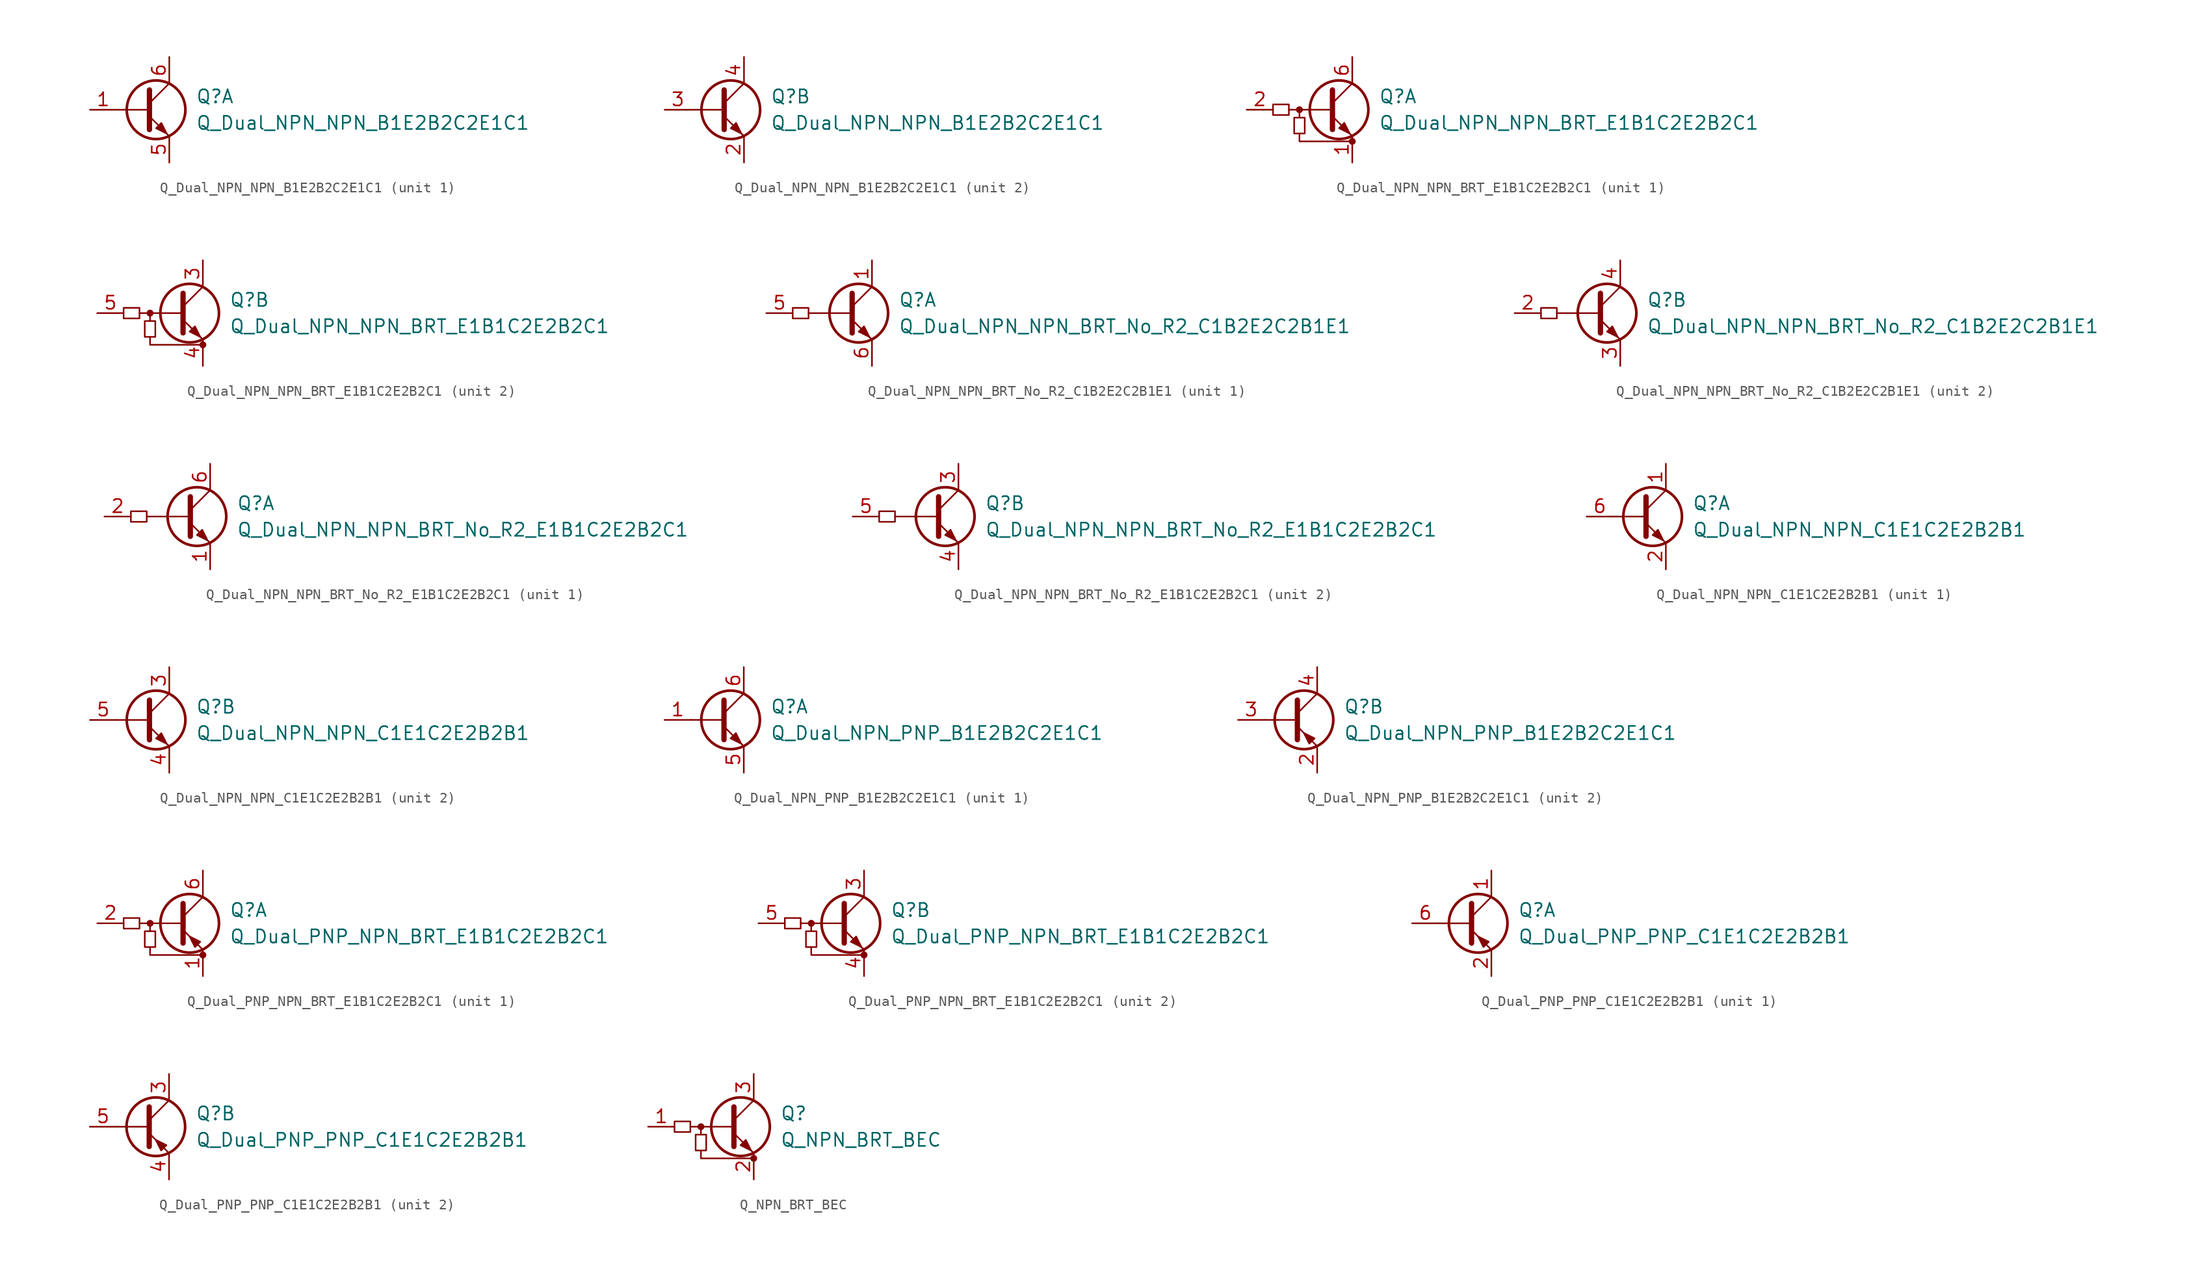
<source format=kicad_sym>
(kicad_symbol_lib
  (version 20241209)
  (generator "kicad_symbol_editor")
  (generator_version "9.0")
  (symbol "Q_Dual_NPN_NPN_B1E2B2C2E1C1"
    (pin_names
      (offset 0)
      (hide yes))
    (property "Reference" "Q"
      (at 5.08 1.27 0)
      (effects (font (size 1.27 1.27)) (justify left)))
    (property "Value" "Q_Dual_NPN_NPN_B1E2B2C2E1C1"
      (at 5.08 -1.27 0)
      (effects (font (size 1.27 1.27)) (justify left)))
    (property "ki_locked" ""
      (at 0 0 0)
      (effects (font (size 1.27 1.27))))
    (symbol "Q_Dual_NPN_NPN_B1E2B2C2E1C1_0_1"
      (polyline (pts (xy 0.635 1.905) (xy 0.635 -1.905)) (stroke (width 0.508) (type default)) (fill (type none)))
      (polyline (pts (xy 0.635 0.635) (xy 2.54 2.54)) (stroke (width 0) (type default)) (fill (type none)))
      (polyline (pts (xy 0.635 0) (xy -2.54 0)) (stroke (width 0) (type default)) (fill (type none)))
      (polyline (pts (xy 0.635 -0.635) (xy 2.54 -2.54)) (stroke (width 0) (type default)) (fill (type none)))
      (circle (center 1.27 0) (radius 2.819) (stroke (width 0.254) (type default)) (fill (type none)))
      (polyline (pts (xy 1.27 -1.778) (xy 1.778 -1.27) (xy 2.286 -2.286) (xy 1.27 -1.778)) (stroke (width 0) (type default)) (fill (type outline))))
    (symbol "Q_Dual_NPN_NPN_B1E2B2C2E1C1_1_1"
      (pin input line (at -5.08 0 0) (length 2.54) (name "B1" (effects (font (size 1.27 1.27)))) (number "1" (effects (font (size 1.27 1.27)))))
      (pin passive line (at 2.54 5.08 270) (length 2.54) (name "C1" (effects (font (size 1.27 1.27)))) (number "6" (effects (font (size 1.27 1.27)))))
      (pin passive line (at 2.54 -5.08 90) (length 2.54) (name "E1" (effects (font (size 1.27 1.27)))) (number "5" (effects (font (size 1.27 1.27))))))
    (symbol "Q_Dual_NPN_NPN_B1E2B2C2E1C1_2_1"
      (pin input line (at -5.08 0 0) (length 2.54) (name "B2" (effects (font (size 1.27 1.27)))) (number "3" (effects (font (size 1.27 1.27)))))
      (pin passive line (at 2.54 5.08 270) (length 2.54) (name "C2" (effects (font (size 1.27 1.27)))) (number "4" (effects (font (size 1.27 1.27)))))
      (pin passive line (at 2.54 -5.08 90) (length 2.54) (name "E2" (effects (font (size 1.27 1.27)))) (number "2" (effects (font (size 1.27 1.27)))))))
  (symbol "Q_Dual_NPN_NPN_BRT_E1B1C2E2B2C1"
    (pin_names
      (hide yes))
    (property "Reference" "Q"
      (at 3.81 1.27 0)
      (effects (font (size 1.27 1.27)) (justify left)))
    (property "Value" "Q_Dual_NPN_NPN_BRT_E1B1C2E2B2C1"
      (at 3.81 -1.27 0)
      (effects (font (size 1.27 1.27)) (justify left)))
    (symbol "Q_Dual_NPN_NPN_BRT_E1B1C2E2B2C1_0_1"
      (rectangle (start -6.35 0.508) (end -4.826 -0.508) (stroke (width 0) (type default)) (fill (type none)))
      (rectangle (start -4.318 -2.286) (end -3.302 -0.762) (stroke (width 0) (type default)) (fill (type none)))
      (circle (center -3.81 0) (radius 0.254) (stroke (width 0) (type default)) (fill (type outline)))
      (polyline (pts (xy -3.81 -0.762) (xy -3.81 0)) (stroke (width 0) (type default)) (fill (type none)))
      (polyline (pts (xy -3.81 -2.286) (xy -3.81 -3.048) (xy 1.27 -3.048)) (stroke (width 0) (type default)) (fill (type none)))
      (polyline (pts (xy -0.762 0) (xy -4.826 0)) (stroke (width 0) (type default)) (fill (type none)))
      (polyline (pts (xy -0.635 1.905) (xy -0.635 -1.905)) (stroke (width 0.508) (type default)) (fill (type none)))
      (polyline (pts (xy -0.635 0.635) (xy 1.27 2.54)) (stroke (width 0) (type default)) (fill (type none)))
      (polyline (pts (xy -0.635 -0.635) (xy 1.27 -2.54)) (stroke (width 0) (type default)) (fill (type none)))
      (polyline (pts (xy 0 -1.778) (xy 0.508 -1.27) (xy 1.016 -2.286) (xy 0 -1.778)) (stroke (width 0) (type default)) (fill (type outline)))
      (circle (center 1.27 -3.048) (radius 0.254) (stroke (width 0) (type default)) (fill (type outline))))
    (symbol "Q_Dual_NPN_NPN_BRT_E1B1C2E2B2C1_1_1"
      (circle (center 0 0) (radius 2.819) (stroke (width 0.254) (type default)) (fill (type none)))
      (pin input line (at -8.89 0 0) (length 2.54) (name "B1" (effects (font (size 1.27 1.27)))) (number "2" (effects (font (size 1.27 1.27)))))
      (pin passive line (at 1.27 5.08 270) (length 2.54) (name "C1" (effects (font (size 1.27 1.27)))) (number "6" (effects (font (size 1.27 1.27)))))
      (pin passive line (at 1.27 -5.08 90) (length 2.54) (name "E1" (effects (font (size 1.27 1.27)))) (number "1" (effects (font (size 1.27 1.27))))))
    (symbol "Q_Dual_NPN_NPN_BRT_E1B1C2E2B2C1_2_1"
      (circle (center 0 0) (radius 2.819) (stroke (width 0.254) (type default)) (fill (type none)))
      (pin input line (at -8.89 0 0) (length 2.54) (name "B2" (effects (font (size 1.27 1.27)))) (number "5" (effects (font (size 1.27 1.27)))))
      (pin passive line (at 1.27 5.08 270) (length 2.54) (name "C2" (effects (font (size 1.27 1.27)))) (number "3" (effects (font (size 1.27 1.27)))))
      (pin passive line (at 1.27 -5.08 90) (length 2.54) (name "E2" (effects (font (size 1.27 1.27)))) (number "4" (effects (font (size 1.27 1.27)))))))
  (symbol "Q_Dual_NPN_NPN_BRT_No_R2_C1B2E2C2B1E1"
    (pin_names
      (hide yes))
    (property "Reference" "Q"
      (at 3.81 1.27 0)
      (effects (font (size 1.27 1.27)) (justify left)))
    (property "Value" "Q_Dual_NPN_NPN_BRT_No_R2_C1B2E2C2B1E1"
      (at 3.81 -1.27 0)
      (effects (font (size 1.27 1.27)) (justify left)))
    (symbol "Q_Dual_NPN_NPN_BRT_No_R2_C1B2E2C2B1E1_0_1"
      (rectangle (start -6.35 0.508) (end -4.826 -0.508) (stroke (width 0) (type default)) (fill (type none)))
      (polyline (pts (xy -0.762 0) (xy -4.826 0)) (stroke (width 0) (type default)) (fill (type none)))
      (polyline (pts (xy -0.635 1.905) (xy -0.635 -1.905)) (stroke (width 0.508) (type default)) (fill (type none)))
      (polyline (pts (xy -0.635 0.635) (xy 1.27 2.54)) (stroke (width 0) (type default)) (fill (type none)))
      (polyline (pts (xy -0.635 -0.635) (xy 1.27 -2.54)) (stroke (width 0) (type default)) (fill (type none)))
      (polyline (pts (xy 0 -1.778) (xy 0.508 -1.27) (xy 1.016 -2.286) (xy 0 -1.778)) (stroke (width 0) (type default)) (fill (type outline))))
    (symbol "Q_Dual_NPN_NPN_BRT_No_R2_C1B2E2C2B1E1_1_1"
      (circle (center 0 0) (radius 2.819) (stroke (width 0.254) (type default)) (fill (type none)))
      (pin input line (at -8.89 0 0) (length 2.54) (name "B1" (effects (font (size 1.27 1.27)))) (number "5" (effects (font (size 1.27 1.27)))))
      (pin passive line (at 1.27 5.08 270) (length 2.54) (name "C1" (effects (font (size 1.27 1.27)))) (number "1" (effects (font (size 1.27 1.27)))))
      (pin passive line (at 1.27 -5.08 90) (length 2.54) (name "E1" (effects (font (size 1.27 1.27)))) (number "6" (effects (font (size 1.27 1.27))))))
    (symbol "Q_Dual_NPN_NPN_BRT_No_R2_C1B2E2C2B1E1_2_1"
      (circle (center 0 0) (radius 2.819) (stroke (width 0.254) (type default)) (fill (type none)))
      (pin input line (at -8.89 0 0) (length 2.54) (name "B2" (effects (font (size 1.27 1.27)))) (number "2" (effects (font (size 1.27 1.27)))))
      (pin passive line (at 1.27 5.08 270) (length 2.54) (name "C2" (effects (font (size 1.27 1.27)))) (number "4" (effects (font (size 1.27 1.27)))))
      (pin passive line (at 1.27 -5.08 90) (length 2.54) (name "E2" (effects (font (size 1.27 1.27)))) (number "3" (effects (font (size 1.27 1.27)))))))
  (symbol "Q_Dual_NPN_NPN_BRT_No_R2_E1B1C2E2B2C1"
    (pin_names
      (hide yes))
    (property "Reference" "Q"
      (at 3.81 1.27 0)
      (effects (font (size 1.27 1.27)) (justify left)))
    (property "Value" "Q_Dual_NPN_NPN_BRT_No_R2_E1B1C2E2B2C1"
      (at 3.81 -1.27 0)
      (effects (font (size 1.27 1.27)) (justify left)))
    (symbol "Q_Dual_NPN_NPN_BRT_No_R2_E1B1C2E2B2C1_0_1"
      (rectangle (start -6.35 0.508) (end -4.826 -0.508) (stroke (width 0) (type default)) (fill (type none)))
      (polyline (pts (xy -0.762 0) (xy -4.826 0)) (stroke (width 0) (type default)) (fill (type none)))
      (polyline (pts (xy -0.635 1.905) (xy -0.635 -1.905)) (stroke (width 0.508) (type default)) (fill (type none)))
      (polyline (pts (xy -0.635 0.635) (xy 1.27 2.54)) (stroke (width 0) (type default)) (fill (type none)))
      (polyline (pts (xy -0.635 -0.635) (xy 1.27 -2.54)) (stroke (width 0) (type default)) (fill (type none)))
      (polyline (pts (xy 0 -1.778) (xy 0.508 -1.27) (xy 1.016 -2.286) (xy 0 -1.778)) (stroke (width 0) (type default)) (fill (type outline))))
    (symbol "Q_Dual_NPN_NPN_BRT_No_R2_E1B1C2E2B2C1_1_1"
      (circle (center 0 0) (radius 2.819) (stroke (width 0.254) (type default)) (fill (type none)))
      (pin input line (at -8.89 0 0) (length 2.54) (name "B1" (effects (font (size 1.27 1.27)))) (number "2" (effects (font (size 1.27 1.27)))))
      (pin passive line (at 1.27 5.08 270) (length 2.54) (name "C1" (effects (font (size 1.27 1.27)))) (number "6" (effects (font (size 1.27 1.27)))))
      (pin passive line (at 1.27 -5.08 90) (length 2.54) (name "E1" (effects (font (size 1.27 1.27)))) (number "1" (effects (font (size 1.27 1.27))))))
    (symbol "Q_Dual_NPN_NPN_BRT_No_R2_E1B1C2E2B2C1_2_1"
      (circle (center 0 0) (radius 2.819) (stroke (width 0.254) (type default)) (fill (type none)))
      (pin input line (at -8.89 0 0) (length 2.54) (name "B2" (effects (font (size 1.27 1.27)))) (number "5" (effects (font (size 1.27 1.27)))))
      (pin passive line (at 1.27 5.08 270) (length 2.54) (name "C2" (effects (font (size 1.27 1.27)))) (number "3" (effects (font (size 1.27 1.27)))))
      (pin passive line (at 1.27 -5.08 90) (length 2.54) (name "E2" (effects (font (size 1.27 1.27)))) (number "4" (effects (font (size 1.27 1.27)))))))
  (symbol "Q_Dual_NPN_NPN_C1E1C2E2B2B1"
    (pin_names
      (offset 0)
      (hide yes))
    (property "Reference" "Q"
      (at 5.08 1.27 0)
      (effects (font (size 1.27 1.27)) (justify left)))
    (property "Value" "Q_Dual_NPN_NPN_C1E1C2E2B2B1"
      (at 5.08 -1.27 0)
      (effects (font (size 1.27 1.27)) (justify left)))
    (property "ki_locked" ""
      (at 0 0 0)
      (effects (font (size 1.27 1.27))))
    (symbol "Q_Dual_NPN_NPN_C1E1C2E2B2B1_0_1"
      (polyline (pts (xy 0.635 1.905) (xy 0.635 -1.905)) (stroke (width 0.508) (type default)) (fill (type none)))
      (polyline (pts (xy 0.635 0.635) (xy 2.54 2.54)) (stroke (width 0) (type default)) (fill (type none)))
      (polyline (pts (xy 0.635 0) (xy -2.54 0)) (stroke (width 0) (type default)) (fill (type none)))
      (polyline (pts (xy 0.635 -0.635) (xy 2.54 -2.54)) (stroke (width 0) (type default)) (fill (type none)))
      (circle (center 1.27 0) (radius 2.819) (stroke (width 0.254) (type default)) (fill (type none)))
      (polyline (pts (xy 1.27 -1.778) (xy 1.778 -1.27) (xy 2.286 -2.286) (xy 1.27 -1.778)) (stroke (width 0) (type default)) (fill (type outline))))
    (symbol "Q_Dual_NPN_NPN_C1E1C2E2B2B1_1_1"
      (pin input line (at -5.08 0 0) (length 2.54) (name "B1" (effects (font (size 1.27 1.27)))) (number "6" (effects (font (size 1.27 1.27)))))
      (pin passive line (at 2.54 5.08 270) (length 2.54) (name "C1" (effects (font (size 1.27 1.27)))) (number "1" (effects (font (size 1.27 1.27)))))
      (pin passive line (at 2.54 -5.08 90) (length 2.54) (name "E1" (effects (font (size 1.27 1.27)))) (number "2" (effects (font (size 1.27 1.27))))))
    (symbol "Q_Dual_NPN_NPN_C1E1C2E2B2B1_2_1"
      (pin input line (at -5.08 0 0) (length 2.54) (name "B2" (effects (font (size 1.27 1.27)))) (number "5" (effects (font (size 1.27 1.27)))))
      (pin passive line (at 2.54 5.08 270) (length 2.54) (name "C2" (effects (font (size 1.27 1.27)))) (number "3" (effects (font (size 1.27 1.27)))))
      (pin passive line (at 2.54 -5.08 90) (length 2.54) (name "E2" (effects (font (size 1.27 1.27)))) (number "4" (effects (font (size 1.27 1.27)))))))
  (symbol "Q_Dual_NPN_PNP_B1E2B2C2E1C1"
    (pin_names
      (offset 0)
      (hide yes))
    (property "Reference" "Q"
      (at 5.08 1.27 0)
      (effects (font (size 1.27 1.27)) (justify left)))
    (property "Value" "Q_Dual_NPN_PNP_B1E2B2C2E1C1"
      (at 5.08 -1.27 0)
      (effects (font (size 1.27 1.27)) (justify left)))
    (property "ki_locked" ""
      (at 0 0 0)
      (effects (font (size 1.27 1.27))))
    (symbol "Q_Dual_NPN_PNP_B1E2B2C2E1C1_0_1"
      (polyline (pts (xy 0.635 1.905) (xy 0.635 -1.905)) (stroke (width 0.508) (type default)) (fill (type none)))
      (polyline (pts (xy 0.635 0.635) (xy 2.54 2.54)) (stroke (width 0) (type default)) (fill (type none)))
      (polyline (pts (xy 0.635 0) (xy -2.54 0)) (stroke (width 0) (type default)) (fill (type none)))
      (polyline (pts (xy 0.635 -0.635) (xy 2.54 -2.54)) (stroke (width 0) (type default)) (fill (type none)))
      (circle (center 1.27 0) (radius 2.819) (stroke (width 0.254) (type default)) (fill (type none))))
    (symbol "Q_Dual_NPN_PNP_B1E2B2C2E1C1_1_1"
      (polyline (pts (xy 1.27 -1.778) (xy 1.778 -1.27) (xy 2.286 -2.286) (xy 1.27 -1.778)) (stroke (width 0) (type default)) (fill (type outline)))
      (pin input line (at -5.08 0 0) (length 2.54) (name "B1" (effects (font (size 1.27 1.27)))) (number "1" (effects (font (size 1.27 1.27)))))
      (pin passive line (at 2.54 5.08 270) (length 2.54) (name "C1" (effects (font (size 1.27 1.27)))) (number "6" (effects (font (size 1.27 1.27)))))
      (pin passive line (at 2.54 -5.08 90) (length 2.54) (name "E1" (effects (font (size 1.27 1.27)))) (number "5" (effects (font (size 1.27 1.27))))))
    (symbol "Q_Dual_NPN_PNP_B1E2B2C2E1C1_2_1"
      (polyline (pts (xy 2.286 -1.778) (xy 1.778 -2.286) (xy 1.27 -1.27) (xy 2.286 -1.778)) (stroke (width 0) (type default)) (fill (type outline)))
      (pin input line (at -5.08 0 0) (length 2.54) (name "B2" (effects (font (size 1.27 1.27)))) (number "3" (effects (font (size 1.27 1.27)))))
      (pin passive line (at 2.54 5.08 270) (length 2.54) (name "C2" (effects (font (size 1.27 1.27)))) (number "4" (effects (font (size 1.27 1.27)))))
      (pin passive line (at 2.54 -5.08 90) (length 2.54) (name "E2" (effects (font (size 1.27 1.27)))) (number "2" (effects (font (size 1.27 1.27)))))))
  (symbol "Q_Dual_PNP_NPN_BRT_E1B1C2E2B2C1"
    (pin_names
      (hide yes))
    (property "Reference" "Q"
      (at 3.81 1.27 0)
      (effects (font (size 1.27 1.27)) (justify left)))
    (property "Value" "Q_Dual_PNP_NPN_BRT_E1B1C2E2B2C1"
      (at 3.81 -1.27 0)
      (effects (font (size 1.27 1.27)) (justify left)))
    (symbol "Q_Dual_PNP_NPN_BRT_E1B1C2E2B2C1_0_1"
      (rectangle (start -6.35 0.508) (end -4.826 -0.508) (stroke (width 0) (type default)) (fill (type none)))
      (rectangle (start -4.318 -2.286) (end -3.302 -0.762) (stroke (width 0) (type default)) (fill (type none)))
      (circle (center -3.81 0) (radius 0.254) (stroke (width 0) (type default)) (fill (type outline)))
      (polyline (pts (xy -3.81 -0.762) (xy -3.81 0)) (stroke (width 0) (type default)) (fill (type none)))
      (polyline (pts (xy -3.81 -2.286) (xy -3.81 -3.048) (xy 1.27 -3.048)) (stroke (width 0) (type default)) (fill (type none)))
      (polyline (pts (xy -0.762 0) (xy -4.826 0)) (stroke (width 0) (type default)) (fill (type none)))
      (polyline (pts (xy -0.635 1.905) (xy -0.635 -1.905)) (stroke (width 0.508) (type default)) (fill (type none)))
      (polyline (pts (xy -0.635 0.635) (xy 1.27 2.54)) (stroke (width 0) (type default)) (fill (type none)))
      (polyline (pts (xy -0.635 -0.635) (xy 1.27 -2.54)) (stroke (width 0) (type default)) (fill (type none)))
      (circle (center 1.27 -3.048) (radius 0.254) (stroke (width 0) (type default)) (fill (type outline))))
    (symbol "Q_Dual_PNP_NPN_BRT_E1B1C2E2B2C1_1_1"
      (circle (center 0 0) (radius 2.819) (stroke (width 0.254) (type default)) (fill (type none)))
      (polyline (pts (xy 1.016 -1.778) (xy 0.508 -2.286) (xy 0 -1.27) (xy 1.016 -1.778)) (stroke (width 0) (type default)) (fill (type outline)))
      (pin input line (at -8.89 0 0) (length 2.54) (name "B1" (effects (font (size 1.27 1.27)))) (number "2" (effects (font (size 1.27 1.27)))))
      (pin passive line (at 1.27 5.08 270) (length 2.54) (name "C1" (effects (font (size 1.27 1.27)))) (number "6" (effects (font (size 1.27 1.27)))))
      (pin passive line (at 1.27 -5.08 90) (length 2.54) (name "E1" (effects (font (size 1.27 1.27)))) (number "1" (effects (font (size 1.27 1.27))))))
    (symbol "Q_Dual_PNP_NPN_BRT_E1B1C2E2B2C1_2_1"
      (circle (center 0 0) (radius 2.819) (stroke (width 0.254) (type default)) (fill (type none)))
      (polyline (pts (xy 0 -1.778) (xy 0.508 -1.27) (xy 1.016 -2.286) (xy 0 -1.778)) (stroke (width 0) (type default)) (fill (type outline)))
      (pin input line (at -8.89 0 0) (length 2.54) (name "B2" (effects (font (size 1.27 1.27)))) (number "5" (effects (font (size 1.27 1.27)))))
      (pin passive line (at 1.27 5.08 270) (length 2.54) (name "C2" (effects (font (size 1.27 1.27)))) (number "3" (effects (font (size 1.27 1.27)))))
      (pin passive line (at 1.27 -5.08 90) (length 2.54) (name "E2" (effects (font (size 1.27 1.27)))) (number "4" (effects (font (size 1.27 1.27)))))))
  (symbol "Q_Dual_PNP_PNP_C1E1C2E2B2B1"
    (pin_names
      (offset 0)
      (hide yes))
    (property "Reference" "Q"
      (at 5.08 1.27 0)
      (effects (font (size 1.27 1.27)) (justify left)))
    (property "Value" "Q_Dual_PNP_PNP_C1E1C2E2B2B1"
      (at 5.08 -1.27 0)
      (effects (font (size 1.27 1.27)) (justify left)))
    (property "ki_locked" ""
      (at 0 0 0)
      (effects (font (size 1.27 1.27))))
    (symbol "Q_Dual_PNP_PNP_C1E1C2E2B2B1_0_1"
      (polyline (pts (xy 0.635 1.905) (xy 0.635 -1.905)) (stroke (width 0.508) (type default)) (fill (type none)))
      (polyline (pts (xy 0.635 0.635) (xy 2.54 2.54)) (stroke (width 0) (type default)) (fill (type none)))
      (polyline (pts (xy 0.635 0) (xy -2.54 0)) (stroke (width 0) (type default)) (fill (type none)))
      (polyline (pts (xy 0.635 -0.635) (xy 2.54 -2.54)) (stroke (width 0) (type default)) (fill (type none)))
      (circle (center 1.27 0) (radius 2.819) (stroke (width 0.254) (type default)) (fill (type none)))
      (polyline (pts (xy 2.286 -1.778) (xy 1.778 -2.286) (xy 1.27 -1.27) (xy 2.286 -1.778)) (stroke (width 0) (type default)) (fill (type outline))))
    (symbol "Q_Dual_PNP_PNP_C1E1C2E2B2B1_1_1"
      (pin input line (at -5.08 0 0) (length 2.54) (name "B1" (effects (font (size 1.27 1.27)))) (number "6" (effects (font (size 1.27 1.27)))))
      (pin passive line (at 2.54 5.08 270) (length 2.54) (name "C1" (effects (font (size 1.27 1.27)))) (number "1" (effects (font (size 1.27 1.27)))))
      (pin passive line (at 2.54 -5.08 90) (length 2.54) (name "E1" (effects (font (size 1.27 1.27)))) (number "2" (effects (font (size 1.27 1.27))))))
    (symbol "Q_Dual_PNP_PNP_C1E1C2E2B2B1_2_1"
      (pin input line (at -5.08 0 0) (length 2.54) (name "B2" (effects (font (size 1.27 1.27)))) (number "5" (effects (font (size 1.27 1.27)))))
      (pin passive line (at 2.54 5.08 270) (length 2.54) (name "C2" (effects (font (size 1.27 1.27)))) (number "3" (effects (font (size 1.27 1.27)))))
      (pin passive line (at 2.54 -5.08 90) (length 2.54) (name "E2" (effects (font (size 1.27 1.27)))) (number "4" (effects (font (size 1.27 1.27)))))))
  (symbol "Q_NPN_BRT_BEC"
    (pin_names
      (hide yes))
    (property "Reference" "Q"
      (at 3.81 1.27 0)
      (effects (font (size 1.27 1.27)) (justify left)))
    (property "Value" "Q_NPN_BRT_BEC"
      (at 3.81 -1.27 0)
      (effects (font (size 1.27 1.27)) (justify left)))
    (symbol "Q_NPN_BRT_BEC_0_1"
      (rectangle (start -6.35 0.508) (end -4.826 -0.508) (stroke (width 0) (type default)) (fill (type none)))
      (rectangle (start -4.318 -2.286) (end -3.302 -0.762) (stroke (width 0) (type default)) (fill (type none)))
      (circle (center -3.81 0) (radius 0.254) (stroke (width 0) (type default)) (fill (type outline)))
      (polyline (pts (xy -3.81 -0.762) (xy -3.81 0)) (stroke (width 0) (type default)) (fill (type none)))
      (polyline (pts (xy -3.81 -2.286) (xy -3.81 -3.048) (xy 1.27 -3.048)) (stroke (width 0) (type default)) (fill (type none)))
      (polyline (pts (xy -0.762 0) (xy -4.826 0)) (stroke (width 0) (type default)) (fill (type none)))
      (polyline (pts (xy -0.635 1.905) (xy -0.635 -1.905)) (stroke (width 0.508) (type default)) (fill (type none)))
      (circle (center 1.27 -3.048) (radius 0.254) (stroke (width 0) (type default)) (fill (type outline))))
    (symbol "Q_NPN_BRT_BEC_1_1"
      (polyline (pts (xy -0.635 0.635) (xy 1.27 2.54)) (stroke (width 0) (type default)) (fill (type none)))
      (polyline (pts (xy -0.635 -0.635) (xy 1.27 -2.54)) (stroke (width 0) (type default)) (fill (type none)))
      (circle (center 0 0) (radius 2.819) (stroke (width 0.254) (type default)) (fill (type none)))
      (polyline (pts (xy 0 -1.778) (xy 0.508 -1.27) (xy 1.016 -2.286) (xy 0 -1.778)) (stroke (width 0) (type default)) (fill (type outline)))
      (pin input line (at -8.89 0 0) (length 2.54) (name "B" (effects (font (size 1.27 1.27)))) (number "1" (effects (font (size 1.27 1.27)))))
      (pin passive line (at 1.27 5.08 270) (length 2.54) (name "C" (effects (font (size 1.27 1.27)))) (number "3" (effects (font (size 1.27 1.27)))))
      (pin passive line (at 1.27 -5.08 90) (length 2.54) (name "E" (effects (font (size 1.27 1.27)))) (number "2" (effects (font (size 1.27 1.27))))))))
</source>
